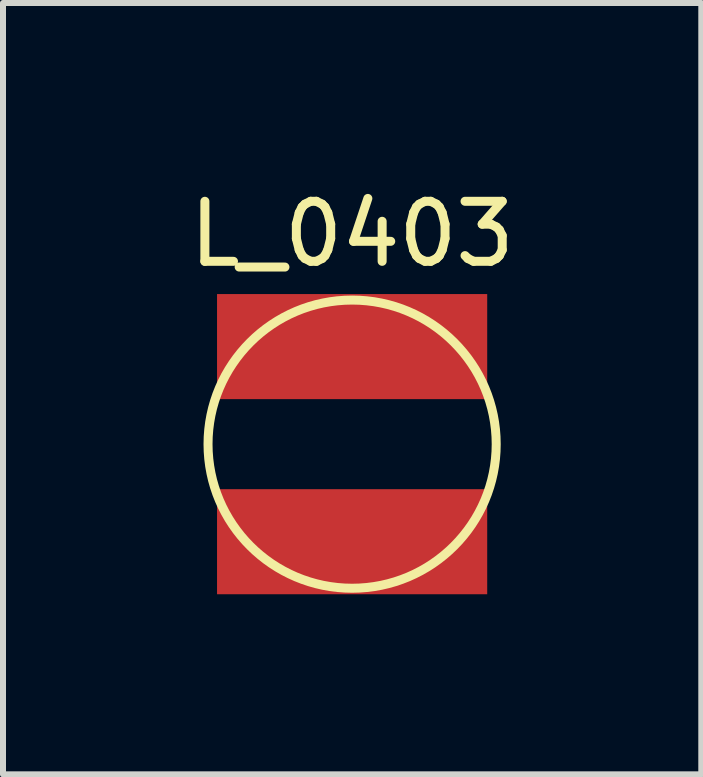
<source format=kicad_pcb>
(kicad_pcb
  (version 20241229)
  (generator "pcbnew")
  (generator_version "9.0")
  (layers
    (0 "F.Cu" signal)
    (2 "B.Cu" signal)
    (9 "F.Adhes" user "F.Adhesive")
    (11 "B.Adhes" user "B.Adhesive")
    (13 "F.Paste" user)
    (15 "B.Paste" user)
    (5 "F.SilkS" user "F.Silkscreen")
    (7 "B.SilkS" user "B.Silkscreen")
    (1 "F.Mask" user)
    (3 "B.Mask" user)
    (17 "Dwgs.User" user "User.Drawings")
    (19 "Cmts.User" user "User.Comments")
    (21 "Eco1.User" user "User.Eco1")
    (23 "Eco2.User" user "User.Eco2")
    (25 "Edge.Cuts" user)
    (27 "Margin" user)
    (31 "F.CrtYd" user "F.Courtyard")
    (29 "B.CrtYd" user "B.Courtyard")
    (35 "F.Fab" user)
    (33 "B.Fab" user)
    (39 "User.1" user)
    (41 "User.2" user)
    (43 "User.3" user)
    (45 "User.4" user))
  (footprint "L_0403"
    (layer "F.Cu")
    (at 2.815 4.348)
    (property "Reference" "L_0403" (at 0 -3.5 0) (layer "F.SilkS") (effects (font (size 1 1) (thickness 0.15))))
    (attr through_hole)
    (fp_circle (center 0 0) (end 2.4 0) (stroke (width 0.15) (type solid)) (fill no) (layer "F.SilkS"))
    (pad "1" smd rect (at 0 -1.625) (size 4.5 1.75) (layers "F.Cu" "F.Mask" "F.Paste"))
    (pad "2" smd rect (at 0 1.625) (size 4.5 1.75) (layers "F.Cu" "F.Mask" "F.Paste")))
  (gr_rect
    (start -3 -3)
    (end 8.631 9.848)
    (stroke (width 0.1) (type default))
    (fill no)
    (layer "Edge.Cuts")))
</source>
